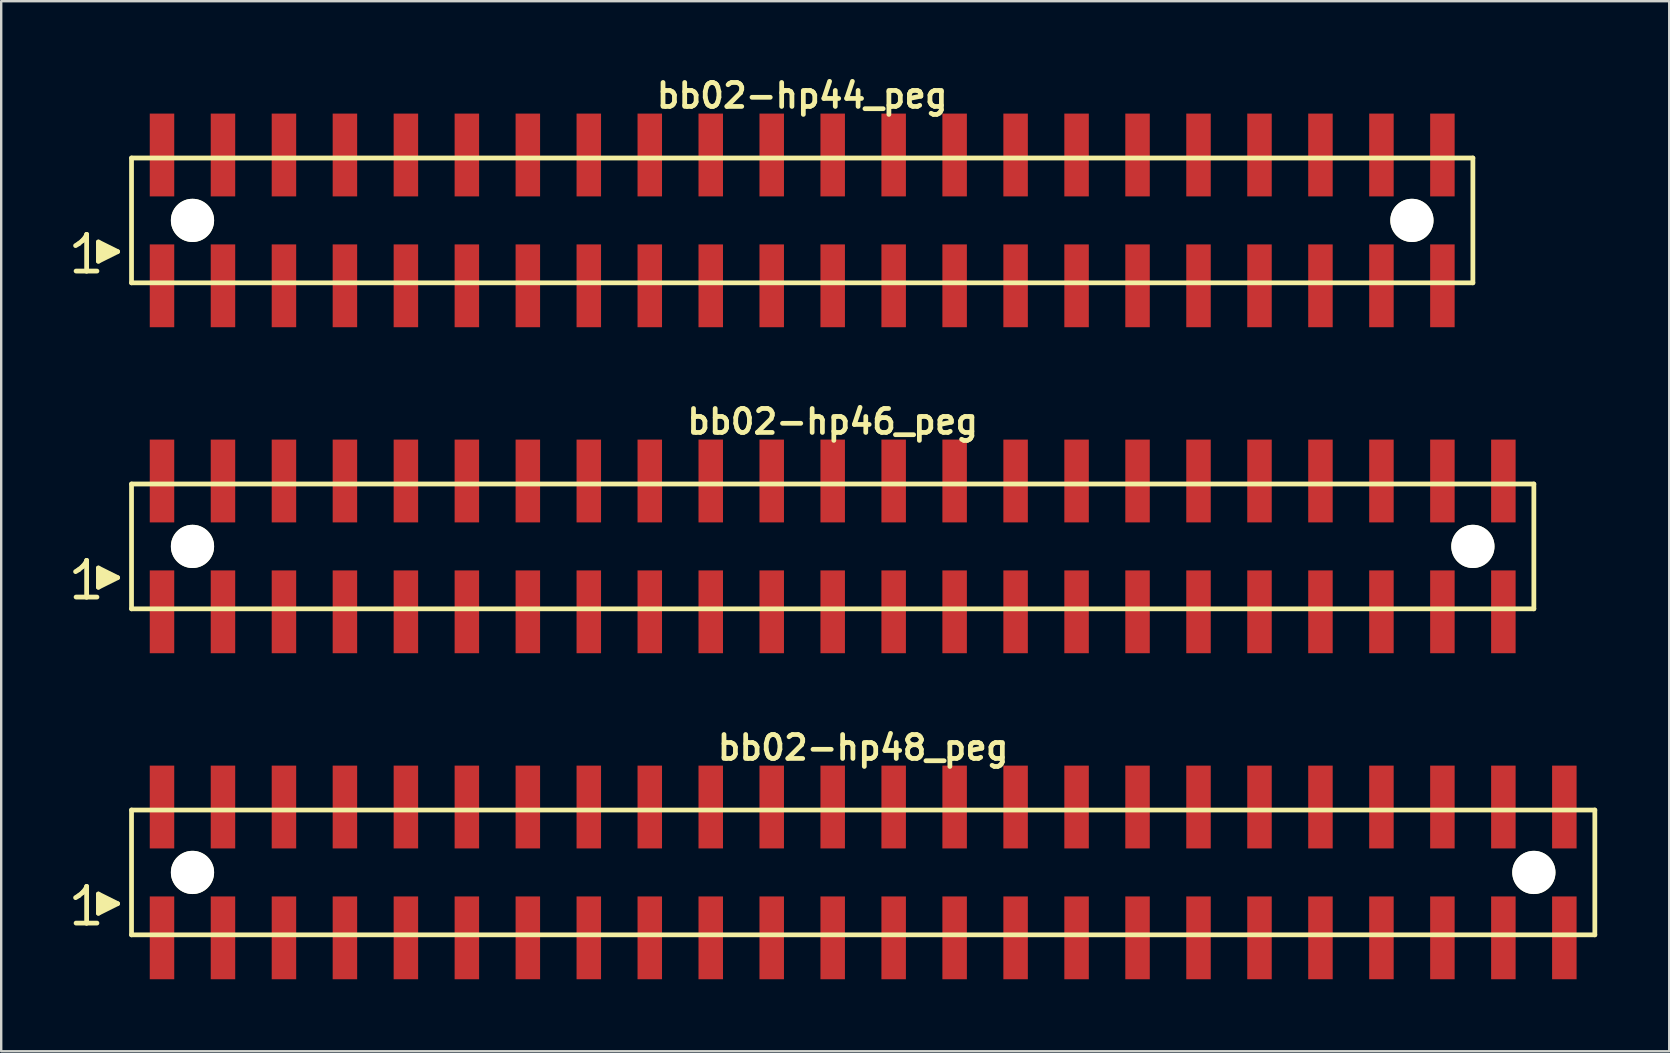
<source format=kicad_pcb>
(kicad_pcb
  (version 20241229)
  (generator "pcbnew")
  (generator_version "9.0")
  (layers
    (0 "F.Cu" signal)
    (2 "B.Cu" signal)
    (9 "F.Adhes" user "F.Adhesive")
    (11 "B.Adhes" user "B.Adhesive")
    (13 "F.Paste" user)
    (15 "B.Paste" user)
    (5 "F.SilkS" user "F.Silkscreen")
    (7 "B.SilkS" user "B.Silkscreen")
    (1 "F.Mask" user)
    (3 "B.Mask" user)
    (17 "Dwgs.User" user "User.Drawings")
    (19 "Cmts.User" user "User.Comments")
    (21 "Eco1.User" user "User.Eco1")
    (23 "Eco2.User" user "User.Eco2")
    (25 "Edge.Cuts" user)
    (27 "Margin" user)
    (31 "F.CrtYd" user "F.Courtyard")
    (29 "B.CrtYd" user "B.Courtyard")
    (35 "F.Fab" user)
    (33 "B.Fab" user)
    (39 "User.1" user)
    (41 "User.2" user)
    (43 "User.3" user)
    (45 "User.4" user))
  (footprint "bb02-hp44_peg"
    (layer "F.Cu")
    (at 30.369 6.132)
    (property "Reference" "bb02-hp44_peg" (at 0 -5.2 0) (layer "F.SilkS") (effects (font (size 0.998 0.998) (thickness 0.198))))
    (attr through_hole)
    (fp_line (start -30.27 1.05) (end -30.14 0.97) (stroke (width 0.198) (type solid)) (layer "F.SilkS"))
    (fp_line (start -30.14 0.97) (end -29.98 0.84) (stroke (width 0.198) (type solid)) (layer "F.SilkS"))
    (fp_line (start -29.98 0.84) (end -29.84 0.67) (stroke (width 0.198) (type solid)) (layer "F.SilkS"))
    (fp_line (start -29.84 0.67) (end -29.81 0.58) (stroke (width 0.198) (type solid)) (layer "F.SilkS"))
    (fp_line (start -29.81 0.58) (end -29.81 2.11) (stroke (width 0.198) (type solid)) (layer "F.SilkS"))
    (fp_line (start -29.81 2.11) (end -30.25 2.11) (stroke (width 0.198) (type solid)) (layer "F.SilkS"))
    (fp_line (start -29.38 2.11) (end -29.82 2.11) (stroke (width 0.198) (type solid)) (layer "F.SilkS"))
    (fp_line (start -29.32 0.9) (end -28.52 1.3) (stroke (width 0.198) (type solid)) (layer "F.SilkS"))
    (fp_line (start -29.32 1.7) (end -29.32 0.9) (stroke (width 0.198) (type solid)) (layer "F.SilkS"))
    (fp_line (start -29.22 1.6) (end -29.22 1) (stroke (width 0.198) (type solid)) (layer "F.SilkS"))
    (fp_line (start -29.12 1.1) (end -29.12 1.5) (stroke (width 0.198) (type solid)) (layer "F.SilkS"))
    (fp_line (start -29.02 1.5) (end -29.02 1.1) (stroke (width 0.198) (type solid)) (layer "F.SilkS"))
    (fp_line (start -28.92 1.2) (end -28.92 1.4) (stroke (width 0.198) (type solid)) (layer "F.SilkS"))
    (fp_line (start -28.82 1.4) (end -28.82 1.2) (stroke (width 0.198) (type solid)) (layer "F.SilkS"))
    (fp_line (start -28.52 1.3) (end -29.32 1.7) (stroke (width 0.198) (type solid)) (layer "F.SilkS"))
    (fp_line (start -27.94 -2.6) (end -27.94 2.6) (stroke (width 0.198) (type solid)) (layer "F.SilkS"))
    (fp_line (start -27.94 -2.6) (end 27.94 -2.6) (stroke (width 0.198) (type solid)) (layer "F.SilkS"))
    (fp_line (start 27.94 2.6) (end -27.94 2.6) (stroke (width 0.198) (type solid)) (layer "F.SilkS"))
    (fp_line (start 27.94 2.6) (end 27.94 -2.6) (stroke (width 0.198) (type solid)) (layer "F.SilkS"))
    (pad "" np_thru_hole circle (at -25.4 0) (size 1.8 1.8) (drill 1.8) (layers "*.Cu" "*.Mask" "F.SilkS"))
    (pad "" np_thru_hole circle (at 25.4 0) (size 1.8 1.8) (drill 1.8) (layers "*.Cu" "*.Mask" "F.SilkS"))
    (pad "1" smd rect (at -26.67 2.725) (size 1.02 3.45) (layers "F.Cu" "F.Mask" "F.Paste"))
    (pad "2" smd rect (at -26.67 -2.725) (size 1.02 3.45) (layers "F.Cu" "F.Mask" "F.Paste"))
    (pad "3" smd rect (at -24.13 2.725) (size 1.02 3.45) (layers "F.Cu" "F.Mask" "F.Paste"))
    (pad "4" smd rect (at -24.13 -2.725) (size 1.02 3.45) (layers "F.Cu" "F.Mask" "F.Paste"))
    (pad "5" smd rect (at -21.59 2.725) (size 1.02 3.45) (layers "F.Cu" "F.Mask" "F.Paste"))
    (pad "6" smd rect (at -21.59 -2.725) (size 1.02 3.45) (layers "F.Cu" "F.Mask" "F.Paste"))
    (pad "7" smd rect (at -19.05 2.725) (size 1.02 3.45) (layers "F.Cu" "F.Mask" "F.Paste"))
    (pad "8" smd rect (at -19.05 -2.725) (size 1.02 3.45) (layers "F.Cu" "F.Mask" "F.Paste"))
    (pad "9" smd rect (at -16.51 2.725) (size 1.02 3.45) (layers "F.Cu" "F.Mask" "F.Paste"))
    (pad "10" smd rect (at -16.51 -2.725) (size 1.02 3.45) (layers "F.Cu" "F.Mask" "F.Paste"))
    (pad "11" smd rect (at -13.97 2.725) (size 1.02 3.45) (layers "F.Cu" "F.Mask" "F.Paste"))
    (pad "12" smd rect (at -13.97 -2.725) (size 1.02 3.45) (layers "F.Cu" "F.Mask" "F.Paste"))
    (pad "13" smd rect (at -11.43 2.725) (size 1.02 3.45) (layers "F.Cu" "F.Mask" "F.Paste"))
    (pad "14" smd rect (at -11.43 -2.725) (size 1.02 3.45) (layers "F.Cu" "F.Mask" "F.Paste"))
    (pad "15" smd rect (at -8.89 2.725) (size 1.02 3.45) (layers "F.Cu" "F.Mask" "F.Paste"))
    (pad "16" smd rect (at -8.89 -2.725) (size 1.02 3.45) (layers "F.Cu" "F.Mask" "F.Paste"))
    (pad "17" smd rect (at -6.35 2.725) (size 1.02 3.45) (layers "F.Cu" "F.Mask" "F.Paste"))
    (pad "18" smd rect (at -6.35 -2.725) (size 1.02 3.45) (layers "F.Cu" "F.Mask" "F.Paste"))
    (pad "19" smd rect (at -3.81 2.725) (size 1.02 3.45) (layers "F.Cu" "F.Mask" "F.Paste"))
    (pad "20" smd rect (at -3.81 -2.725) (size 1.02 3.45) (layers "F.Cu" "F.Mask" "F.Paste"))
    (pad "21" smd rect (at -1.27 2.725) (size 1.02 3.45) (layers "F.Cu" "F.Mask" "F.Paste"))
    (pad "22" smd rect (at -1.27 -2.725) (size 1.02 3.45) (layers "F.Cu" "F.Mask" "F.Paste"))
    (pad "23" smd rect (at 1.27 2.725) (size 1.02 3.45) (layers "F.Cu" "F.Mask" "F.Paste"))
    (pad "24" smd rect (at 1.27 -2.725) (size 1.02 3.45) (layers "F.Cu" "F.Mask" "F.Paste"))
    (pad "25" smd rect (at 3.81 2.725) (size 1.02 3.45) (layers "F.Cu" "F.Mask" "F.Paste"))
    (pad "26" smd rect (at 3.81 -2.725) (size 1.02 3.45) (layers "F.Cu" "F.Mask" "F.Paste"))
    (pad "27" smd rect (at 6.35 2.725) (size 1.02 3.45) (layers "F.Cu" "F.Mask" "F.Paste"))
    (pad "28" smd rect (at 6.35 -2.725) (size 1.02 3.45) (layers "F.Cu" "F.Mask" "F.Paste"))
    (pad "29" smd rect (at 8.89 2.725) (size 1.02 3.45) (layers "F.Cu" "F.Mask" "F.Paste"))
    (pad "30" smd rect (at 8.89 -2.725) (size 1.02 3.45) (layers "F.Cu" "F.Mask" "F.Paste"))
    (pad "31" smd rect (at 11.43 2.725) (size 1.02 3.45) (layers "F.Cu" "F.Mask" "F.Paste"))
    (pad "32" smd rect (at 11.43 -2.725) (size 1.02 3.45) (layers "F.Cu" "F.Mask" "F.Paste"))
    (pad "33" smd rect (at 13.97 2.725) (size 1.02 3.45) (layers "F.Cu" "F.Mask" "F.Paste"))
    (pad "34" smd rect (at 13.97 -2.725) (size 1.02 3.45) (layers "F.Cu" "F.Mask" "F.Paste"))
    (pad "35" smd rect (at 16.51 2.725) (size 1.02 3.45) (layers "F.Cu" "F.Mask" "F.Paste"))
    (pad "36" smd rect (at 16.51 -2.725) (size 1.02 3.45) (layers "F.Cu" "F.Mask" "F.Paste"))
    (pad "37" smd rect (at 19.05 2.725) (size 1.02 3.45) (layers "F.Cu" "F.Mask" "F.Paste"))
    (pad "38" smd rect (at 19.05 -2.725) (size 1.02 3.45) (layers "F.Cu" "F.Mask" "F.Paste"))
    (pad "39" smd rect (at 21.59 2.725) (size 1.02 3.45) (layers "F.Cu" "F.Mask" "F.Paste"))
    (pad "40" smd rect (at 21.59 -2.725) (size 1.02 3.45) (layers "F.Cu" "F.Mask" "F.Paste"))
    (pad "41" smd rect (at 24.13 2.725) (size 1.02 3.45) (layers "F.Cu" "F.Mask" "F.Paste"))
    (pad "42" smd rect (at 24.13 -2.725) (size 1.02 3.45) (layers "F.Cu" "F.Mask" "F.Paste"))
    (pad "43" smd rect (at 26.67 2.725) (size 1.02 3.45) (layers "F.Cu" "F.Mask" "F.Paste"))
    (pad "44" smd rect (at 26.67 -2.725) (size 1.02 3.45) (layers "F.Cu" "F.Mask" "F.Paste")))
  (footprint "bb02-hp46_peg"
    (layer "F.Cu")
    (at 31.639 19.713)
    (property "Reference" "bb02-hp46_peg" (at 0 -5.2 0) (layer "F.SilkS") (effects (font (size 0.998 0.998) (thickness 0.198))))
    (attr through_hole)
    (fp_line (start -31.54 1.05) (end -31.41 0.97) (stroke (width 0.198) (type solid)) (layer "F.SilkS"))
    (fp_line (start -31.41 0.97) (end -31.25 0.84) (stroke (width 0.198) (type solid)) (layer "F.SilkS"))
    (fp_line (start -31.25 0.84) (end -31.11 0.67) (stroke (width 0.198) (type solid)) (layer "F.SilkS"))
    (fp_line (start -31.11 0.67) (end -31.08 0.58) (stroke (width 0.198) (type solid)) (layer "F.SilkS"))
    (fp_line (start -31.08 0.58) (end -31.08 2.11) (stroke (width 0.198) (type solid)) (layer "F.SilkS"))
    (fp_line (start -31.08 2.11) (end -31.52 2.11) (stroke (width 0.198) (type solid)) (layer "F.SilkS"))
    (fp_line (start -30.65 2.11) (end -31.09 2.11) (stroke (width 0.198) (type solid)) (layer "F.SilkS"))
    (fp_line (start -30.59 0.9) (end -29.79 1.3) (stroke (width 0.198) (type solid)) (layer "F.SilkS"))
    (fp_line (start -30.59 1.7) (end -30.59 0.9) (stroke (width 0.198) (type solid)) (layer "F.SilkS"))
    (fp_line (start -30.49 1.6) (end -30.49 1) (stroke (width 0.198) (type solid)) (layer "F.SilkS"))
    (fp_line (start -30.39 1.1) (end -30.39 1.5) (stroke (width 0.198) (type solid)) (layer "F.SilkS"))
    (fp_line (start -30.29 1.5) (end -30.29 1.1) (stroke (width 0.198) (type solid)) (layer "F.SilkS"))
    (fp_line (start -30.19 1.2) (end -30.19 1.4) (stroke (width 0.198) (type solid)) (layer "F.SilkS"))
    (fp_line (start -30.09 1.4) (end -30.09 1.2) (stroke (width 0.198) (type solid)) (layer "F.SilkS"))
    (fp_line (start -29.79 1.3) (end -30.59 1.7) (stroke (width 0.198) (type solid)) (layer "F.SilkS"))
    (fp_line (start -29.21 -2.6) (end -29.21 2.6) (stroke (width 0.198) (type solid)) (layer "F.SilkS"))
    (fp_line (start -29.21 -2.6) (end 29.21 -2.6) (stroke (width 0.198) (type solid)) (layer "F.SilkS"))
    (fp_line (start 29.21 2.6) (end -29.21 2.6) (stroke (width 0.198) (type solid)) (layer "F.SilkS"))
    (fp_line (start 29.21 2.6) (end 29.21 -2.6) (stroke (width 0.198) (type solid)) (layer "F.SilkS"))
    (pad "" np_thru_hole circle (at -26.67 0) (size 1.8 1.8) (drill 1.8) (layers "*.Cu" "*.Mask" "F.SilkS"))
    (pad "" np_thru_hole circle (at 26.67 0) (size 1.8 1.8) (drill 1.8) (layers "*.Cu" "*.Mask" "F.SilkS"))
    (pad "1" smd rect (at -27.94 2.725) (size 1.02 3.45) (layers "F.Cu" "F.Mask" "F.Paste"))
    (pad "2" smd rect (at -27.94 -2.725) (size 1.02 3.45) (layers "F.Cu" "F.Mask" "F.Paste"))
    (pad "3" smd rect (at -25.4 2.725) (size 1.02 3.45) (layers "F.Cu" "F.Mask" "F.Paste"))
    (pad "4" smd rect (at -25.4 -2.725) (size 1.02 3.45) (layers "F.Cu" "F.Mask" "F.Paste"))
    (pad "5" smd rect (at -22.86 2.725) (size 1.02 3.45) (layers "F.Cu" "F.Mask" "F.Paste"))
    (pad "6" smd rect (at -22.86 -2.725) (size 1.02 3.45) (layers "F.Cu" "F.Mask" "F.Paste"))
    (pad "7" smd rect (at -20.32 2.725) (size 1.02 3.45) (layers "F.Cu" "F.Mask" "F.Paste"))
    (pad "8" smd rect (at -20.32 -2.725) (size 1.02 3.45) (layers "F.Cu" "F.Mask" "F.Paste"))
    (pad "9" smd rect (at -17.78 2.725) (size 1.02 3.45) (layers "F.Cu" "F.Mask" "F.Paste"))
    (pad "10" smd rect (at -17.78 -2.725) (size 1.02 3.45) (layers "F.Cu" "F.Mask" "F.Paste"))
    (pad "11" smd rect (at -15.24 2.725) (size 1.02 3.45) (layers "F.Cu" "F.Mask" "F.Paste"))
    (pad "12" smd rect (at -15.24 -2.725) (size 1.02 3.45) (layers "F.Cu" "F.Mask" "F.Paste"))
    (pad "13" smd rect (at -12.7 2.725) (size 1.02 3.45) (layers "F.Cu" "F.Mask" "F.Paste"))
    (pad "14" smd rect (at -12.7 -2.725) (size 1.02 3.45) (layers "F.Cu" "F.Mask" "F.Paste"))
    (pad "15" smd rect (at -10.16 2.725) (size 1.02 3.45) (layers "F.Cu" "F.Mask" "F.Paste"))
    (pad "16" smd rect (at -10.16 -2.725) (size 1.02 3.45) (layers "F.Cu" "F.Mask" "F.Paste"))
    (pad "17" smd rect (at -7.62 2.725) (size 1.02 3.45) (layers "F.Cu" "F.Mask" "F.Paste"))
    (pad "18" smd rect (at -7.62 -2.725) (size 1.02 3.45) (layers "F.Cu" "F.Mask" "F.Paste"))
    (pad "19" smd rect (at -5.08 2.725) (size 1.02 3.45) (layers "F.Cu" "F.Mask" "F.Paste"))
    (pad "20" smd rect (at -5.08 -2.725) (size 1.02 3.45) (layers "F.Cu" "F.Mask" "F.Paste"))
    (pad "21" smd rect (at -2.54 2.725) (size 1.02 3.45) (layers "F.Cu" "F.Mask" "F.Paste"))
    (pad "22" smd rect (at -2.54 -2.725) (size 1.02 3.45) (layers "F.Cu" "F.Mask" "F.Paste"))
    (pad "23" smd rect (at 0 2.725) (size 1.02 3.45) (layers "F.Cu" "F.Mask" "F.Paste"))
    (pad "24" smd rect (at 0 -2.725) (size 1.02 3.45) (layers "F.Cu" "F.Mask" "F.Paste"))
    (pad "25" smd rect (at 2.54 2.725) (size 1.02 3.45) (layers "F.Cu" "F.Mask" "F.Paste"))
    (pad "26" smd rect (at 2.54 -2.725) (size 1.02 3.45) (layers "F.Cu" "F.Mask" "F.Paste"))
    (pad "27" smd rect (at 5.08 2.725) (size 1.02 3.45) (layers "F.Cu" "F.Mask" "F.Paste"))
    (pad "28" smd rect (at 5.08 -2.725) (size 1.02 3.45) (layers "F.Cu" "F.Mask" "F.Paste"))
    (pad "29" smd rect (at 7.62 2.725) (size 1.02 3.45) (layers "F.Cu" "F.Mask" "F.Paste"))
    (pad "30" smd rect (at 7.62 -2.725) (size 1.02 3.45) (layers "F.Cu" "F.Mask" "F.Paste"))
    (pad "31" smd rect (at 10.16 2.725) (size 1.02 3.45) (layers "F.Cu" "F.Mask" "F.Paste"))
    (pad "32" smd rect (at 10.16 -2.725) (size 1.02 3.45) (layers "F.Cu" "F.Mask" "F.Paste"))
    (pad "33" smd rect (at 12.7 2.725) (size 1.02 3.45) (layers "F.Cu" "F.Mask" "F.Paste"))
    (pad "34" smd rect (at 12.7 -2.725) (size 1.02 3.45) (layers "F.Cu" "F.Mask" "F.Paste"))
    (pad "35" smd rect (at 15.24 2.725) (size 1.02 3.45) (layers "F.Cu" "F.Mask" "F.Paste"))
    (pad "36" smd rect (at 15.24 -2.725) (size 1.02 3.45) (layers "F.Cu" "F.Mask" "F.Paste"))
    (pad "37" smd rect (at 17.78 2.725) (size 1.02 3.45) (layers "F.Cu" "F.Mask" "F.Paste"))
    (pad "38" smd rect (at 17.78 -2.725) (size 1.02 3.45) (layers "F.Cu" "F.Mask" "F.Paste"))
    (pad "39" smd rect (at 20.32 2.725) (size 1.02 3.45) (layers "F.Cu" "F.Mask" "F.Paste"))
    (pad "40" smd rect (at 20.32 -2.725) (size 1.02 3.45) (layers "F.Cu" "F.Mask" "F.Paste"))
    (pad "41" smd rect (at 22.86 2.725) (size 1.02 3.45) (layers "F.Cu" "F.Mask" "F.Paste"))
    (pad "42" smd rect (at 22.86 -2.725) (size 1.02 3.45) (layers "F.Cu" "F.Mask" "F.Paste"))
    (pad "43" smd rect (at 25.4 2.725) (size 1.02 3.45) (layers "F.Cu" "F.Mask" "F.Paste"))
    (pad "44" smd rect (at 25.4 -2.725) (size 1.02 3.45) (layers "F.Cu" "F.Mask" "F.Paste"))
    (pad "45" smd rect (at 27.94 2.725) (size 1.02 3.45) (layers "F.Cu" "F.Mask" "F.Paste"))
    (pad "46" smd rect (at 27.94 -2.725) (size 1.02 3.45) (layers "F.Cu" "F.Mask" "F.Paste")))
  (footprint "bb02-hp48_peg"
    (layer "F.Cu")
    (at 32.909 33.295)
    (property "Reference" "bb02-hp48_peg" (at 0 -5.2 0) (layer "F.SilkS") (effects (font (size 0.998 0.998) (thickness 0.198))))
    (attr through_hole)
    (fp_line (start -32.81 1.05) (end -32.68 0.97) (stroke (width 0.198) (type solid)) (layer "F.SilkS"))
    (fp_line (start -32.68 0.97) (end -32.52 0.84) (stroke (width 0.198) (type solid)) (layer "F.SilkS"))
    (fp_line (start -32.52 0.84) (end -32.38 0.67) (stroke (width 0.198) (type solid)) (layer "F.SilkS"))
    (fp_line (start -32.38 0.67) (end -32.35 0.58) (stroke (width 0.198) (type solid)) (layer "F.SilkS"))
    (fp_line (start -32.35 0.58) (end -32.35 2.11) (stroke (width 0.198) (type solid)) (layer "F.SilkS"))
    (fp_line (start -32.35 2.11) (end -32.79 2.11) (stroke (width 0.198) (type solid)) (layer "F.SilkS"))
    (fp_line (start -31.92 2.11) (end -32.36 2.11) (stroke (width 0.198) (type solid)) (layer "F.SilkS"))
    (fp_line (start -31.86 0.9) (end -31.06 1.3) (stroke (width 0.198) (type solid)) (layer "F.SilkS"))
    (fp_line (start -31.86 1.7) (end -31.86 0.9) (stroke (width 0.198) (type solid)) (layer "F.SilkS"))
    (fp_line (start -31.76 1.6) (end -31.76 1) (stroke (width 0.198) (type solid)) (layer "F.SilkS"))
    (fp_line (start -31.66 1.1) (end -31.66 1.5) (stroke (width 0.198) (type solid)) (layer "F.SilkS"))
    (fp_line (start -31.56 1.5) (end -31.56 1.1) (stroke (width 0.198) (type solid)) (layer "F.SilkS"))
    (fp_line (start -31.46 1.2) (end -31.46 1.4) (stroke (width 0.198) (type solid)) (layer "F.SilkS"))
    (fp_line (start -31.36 1.4) (end -31.36 1.2) (stroke (width 0.198) (type solid)) (layer "F.SilkS"))
    (fp_line (start -31.06 1.3) (end -31.86 1.7) (stroke (width 0.198) (type solid)) (layer "F.SilkS"))
    (fp_line (start -30.48 -2.6) (end -30.48 2.6) (stroke (width 0.198) (type solid)) (layer "F.SilkS"))
    (fp_line (start -30.48 -2.6) (end 30.48 -2.6) (stroke (width 0.198) (type solid)) (layer "F.SilkS"))
    (fp_line (start 30.48 2.6) (end -30.48 2.6) (stroke (width 0.198) (type solid)) (layer "F.SilkS"))
    (fp_line (start 30.48 2.6) (end 30.48 -2.6) (stroke (width 0.198) (type solid)) (layer "F.SilkS"))
    (pad "" np_thru_hole circle (at -27.94 0) (size 1.8 1.8) (drill 1.8) (layers "*.Cu" "*.Mask" "F.SilkS"))
    (pad "" np_thru_hole circle (at 27.94 0) (size 1.8 1.8) (drill 1.8) (layers "*.Cu" "*.Mask" "F.SilkS"))
    (pad "1" smd rect (at -29.21 2.725) (size 1.02 3.45) (layers "F.Cu" "F.Mask" "F.Paste"))
    (pad "2" smd rect (at -29.21 -2.725) (size 1.02 3.45) (layers "F.Cu" "F.Mask" "F.Paste"))
    (pad "3" smd rect (at -26.67 2.725) (size 1.02 3.45) (layers "F.Cu" "F.Mask" "F.Paste"))
    (pad "4" smd rect (at -26.67 -2.725) (size 1.02 3.45) (layers "F.Cu" "F.Mask" "F.Paste"))
    (pad "5" smd rect (at -24.13 2.725) (size 1.02 3.45) (layers "F.Cu" "F.Mask" "F.Paste"))
    (pad "6" smd rect (at -24.13 -2.725) (size 1.02 3.45) (layers "F.Cu" "F.Mask" "F.Paste"))
    (pad "7" smd rect (at -21.59 2.725) (size 1.02 3.45) (layers "F.Cu" "F.Mask" "F.Paste"))
    (pad "8" smd rect (at -21.59 -2.725) (size 1.02 3.45) (layers "F.Cu" "F.Mask" "F.Paste"))
    (pad "9" smd rect (at -19.05 2.725) (size 1.02 3.45) (layers "F.Cu" "F.Mask" "F.Paste"))
    (pad "10" smd rect (at -19.05 -2.725) (size 1.02 3.45) (layers "F.Cu" "F.Mask" "F.Paste"))
    (pad "11" smd rect (at -16.51 2.725) (size 1.02 3.45) (layers "F.Cu" "F.Mask" "F.Paste"))
    (pad "12" smd rect (at -16.51 -2.725) (size 1.02 3.45) (layers "F.Cu" "F.Mask" "F.Paste"))
    (pad "13" smd rect (at -13.97 2.725) (size 1.02 3.45) (layers "F.Cu" "F.Mask" "F.Paste"))
    (pad "14" smd rect (at -13.97 -2.725) (size 1.02 3.45) (layers "F.Cu" "F.Mask" "F.Paste"))
    (pad "15" smd rect (at -11.43 2.725) (size 1.02 3.45) (layers "F.Cu" "F.Mask" "F.Paste"))
    (pad "16" smd rect (at -11.43 -2.725) (size 1.02 3.45) (layers "F.Cu" "F.Mask" "F.Paste"))
    (pad "17" smd rect (at -8.89 2.725) (size 1.02 3.45) (layers "F.Cu" "F.Mask" "F.Paste"))
    (pad "18" smd rect (at -8.89 -2.725) (size 1.02 3.45) (layers "F.Cu" "F.Mask" "F.Paste"))
    (pad "19" smd rect (at -6.35 2.725) (size 1.02 3.45) (layers "F.Cu" "F.Mask" "F.Paste"))
    (pad "20" smd rect (at -6.35 -2.725) (size 1.02 3.45) (layers "F.Cu" "F.Mask" "F.Paste"))
    (pad "21" smd rect (at -3.81 2.725) (size 1.02 3.45) (layers "F.Cu" "F.Mask" "F.Paste"))
    (pad "22" smd rect (at -3.81 -2.725) (size 1.02 3.45) (layers "F.Cu" "F.Mask" "F.Paste"))
    (pad "23" smd rect (at -1.27 2.725) (size 1.02 3.45) (layers "F.Cu" "F.Mask" "F.Paste"))
    (pad "24" smd rect (at -1.27 -2.725) (size 1.02 3.45) (layers "F.Cu" "F.Mask" "F.Paste"))
    (pad "25" smd rect (at 1.27 2.725) (size 1.02 3.45) (layers "F.Cu" "F.Mask" "F.Paste"))
    (pad "26" smd rect (at 1.27 -2.725) (size 1.02 3.45) (layers "F.Cu" "F.Mask" "F.Paste"))
    (pad "27" smd rect (at 3.81 2.725) (size 1.02 3.45) (layers "F.Cu" "F.Mask" "F.Paste"))
    (pad "28" smd rect (at 3.81 -2.725) (size 1.02 3.45) (layers "F.Cu" "F.Mask" "F.Paste"))
    (pad "29" smd rect (at 6.35 2.725) (size 1.02 3.45) (layers "F.Cu" "F.Mask" "F.Paste"))
    (pad "30" smd rect (at 6.35 -2.725) (size 1.02 3.45) (layers "F.Cu" "F.Mask" "F.Paste"))
    (pad "31" smd rect (at 8.89 2.725) (size 1.02 3.45) (layers "F.Cu" "F.Mask" "F.Paste"))
    (pad "32" smd rect (at 8.89 -2.725) (size 1.02 3.45) (layers "F.Cu" "F.Mask" "F.Paste"))
    (pad "33" smd rect (at 11.43 2.725) (size 1.02 3.45) (layers "F.Cu" "F.Mask" "F.Paste"))
    (pad "34" smd rect (at 11.43 -2.725) (size 1.02 3.45) (layers "F.Cu" "F.Mask" "F.Paste"))
    (pad "35" smd rect (at 13.97 2.725) (size 1.02 3.45) (layers "F.Cu" "F.Mask" "F.Paste"))
    (pad "36" smd rect (at 13.97 -2.725) (size 1.02 3.45) (layers "F.Cu" "F.Mask" "F.Paste"))
    (pad "37" smd rect (at 16.51 2.725) (size 1.02 3.45) (layers "F.Cu" "F.Mask" "F.Paste"))
    (pad "38" smd rect (at 16.51 -2.725) (size 1.02 3.45) (layers "F.Cu" "F.Mask" "F.Paste"))
    (pad "39" smd rect (at 19.05 2.725) (size 1.02 3.45) (layers "F.Cu" "F.Mask" "F.Paste"))
    (pad "40" smd rect (at 19.05 -2.725) (size 1.02 3.45) (layers "F.Cu" "F.Mask" "F.Paste"))
    (pad "41" smd rect (at 21.59 2.725) (size 1.02 3.45) (layers "F.Cu" "F.Mask" "F.Paste"))
    (pad "42" smd rect (at 21.59 -2.725) (size 1.02 3.45) (layers "F.Cu" "F.Mask" "F.Paste"))
    (pad "43" smd rect (at 24.13 2.725) (size 1.02 3.45) (layers "F.Cu" "F.Mask" "F.Paste"))
    (pad "44" smd rect (at 24.13 -2.725) (size 1.02 3.45) (layers "F.Cu" "F.Mask" "F.Paste"))
    (pad "45" smd rect (at 26.67 2.725) (size 1.02 3.45) (layers "F.Cu" "F.Mask" "F.Paste"))
    (pad "46" smd rect (at 26.67 -2.725) (size 1.02 3.45) (layers "F.Cu" "F.Mask" "F.Paste"))
    (pad "47" smd rect (at 29.21 2.725) (size 1.02 3.45) (layers "F.Cu" "F.Mask" "F.Paste"))
    (pad "48" smd rect (at 29.21 -2.725) (size 1.02 3.45) (layers "F.Cu" "F.Mask" "F.Paste")))
  (gr_rect
    (start -3 -3)
    (end 66.488 40.745)
    (stroke (width 0.1) (type default))
    (fill no)
    (layer "Edge.Cuts")))
</source>
